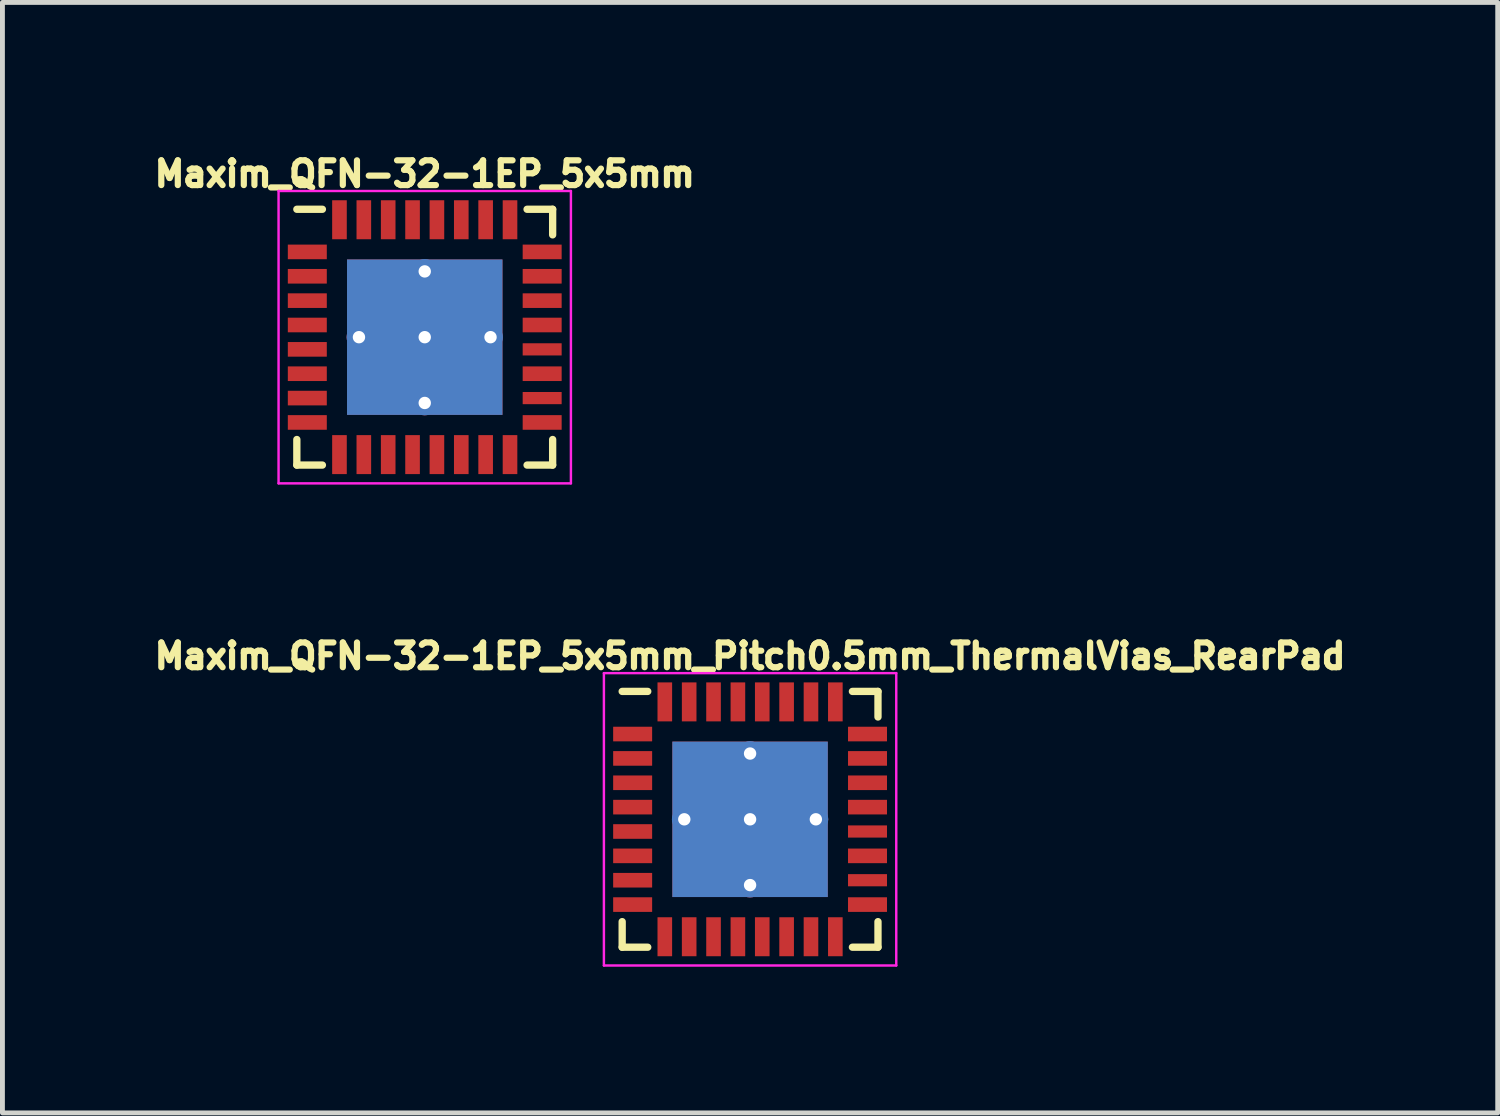
<source format=kicad_pcb>
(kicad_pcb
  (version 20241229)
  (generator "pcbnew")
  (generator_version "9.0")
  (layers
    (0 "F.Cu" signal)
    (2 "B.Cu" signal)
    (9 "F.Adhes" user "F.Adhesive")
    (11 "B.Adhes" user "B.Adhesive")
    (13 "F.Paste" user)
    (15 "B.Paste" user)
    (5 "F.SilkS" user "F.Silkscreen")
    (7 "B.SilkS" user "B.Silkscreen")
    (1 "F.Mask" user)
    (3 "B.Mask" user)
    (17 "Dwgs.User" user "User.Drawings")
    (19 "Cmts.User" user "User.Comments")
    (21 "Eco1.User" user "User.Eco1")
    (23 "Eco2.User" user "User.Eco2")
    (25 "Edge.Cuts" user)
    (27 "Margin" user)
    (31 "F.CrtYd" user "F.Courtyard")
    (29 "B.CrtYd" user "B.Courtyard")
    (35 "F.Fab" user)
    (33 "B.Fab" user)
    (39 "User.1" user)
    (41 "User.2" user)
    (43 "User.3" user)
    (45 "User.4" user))
  (footprint "Maxim_QFN-32-1EP_5x5mm"
    (layer "F.Cu")
    (at 5.667 3.87)
    (property "Reference" "Maxim_QFN-32-1EP_5x5mm" (at 0 -3.35 0) (layer "F.SilkS") (effects (font (size 0.508 0.508) (thickness 0.127))))
    (attr smd)
    (fp_line (start -2.625 -2.625) (end -2.1 -2.625) (stroke (width 0.15) (type solid)) (layer "F.SilkS"))
    (fp_line (start -2.625 2.625) (end -2.625 2.1) (stroke (width 0.15) (type solid)) (layer "F.SilkS"))
    (fp_line (start -2.625 2.625) (end -2.1 2.625) (stroke (width 0.15) (type solid)) (layer "F.SilkS"))
    (fp_line (start 2.625 -2.625) (end 2.1 -2.625) (stroke (width 0.15) (type solid)) (layer "F.SilkS"))
    (fp_line (start 2.625 -2.625) (end 2.625 -2.1) (stroke (width 0.15) (type solid)) (layer "F.SilkS"))
    (fp_line (start 2.625 2.625) (end 2.1 2.625) (stroke (width 0.15) (type solid)) (layer "F.SilkS"))
    (fp_line (start 2.625 2.625) (end 2.625 2.1) (stroke (width 0.15) (type solid)) (layer "F.SilkS"))
    (fp_line (start -3 -3) (end -3 3) (stroke (width 0.05) (type solid)) (layer "F.CrtYd"))
    (fp_line (start -3 -3) (end 3 -3) (stroke (width 0.05) (type solid)) (layer "F.CrtYd"))
    (fp_line (start -3 3) (end 3 3) (stroke (width 0.05) (type solid)) (layer "F.CrtYd"))
    (fp_line (start 3 -3) (end 3 3) (stroke (width 0.05) (type solid)) (layer "F.CrtYd"))
    (pad "" smd rect (at -0.797 -0.797) (size 1.595 1.595) (layers "F.Paste"))
    (pad "" smd rect (at -0.797 0.797) (size 1.595 1.595) (layers "F.Paste"))
    (pad "" smd rect (at 0.797 -0.797) (size 1.595 1.595) (layers "F.Paste"))
    (pad "" smd rect (at 0.797 0.797) (size 1.595 1.595) (layers "F.Paste"))
    (pad "1" smd rect (at -2.41 -1.75) (size 0.8 0.3) (layers "F.Cu" "F.Mask" "F.Paste"))
    (pad "2" smd rect (at -2.41 -1.25) (size 0.8 0.3) (layers "F.Cu" "F.Mask" "F.Paste"))
    (pad "3" smd rect (at -2.41 -0.75) (size 0.8 0.3) (layers "F.Cu" "F.Mask" "F.Paste"))
    (pad "4" smd rect (at -2.41 -0.25) (size 0.8 0.3) (layers "F.Cu" "F.Mask" "F.Paste"))
    (pad "5" smd rect (at -2.41 0.25) (size 0.8 0.3) (layers "F.Cu" "F.Mask" "F.Paste"))
    (pad "6" smd rect (at -2.41 0.75) (size 0.8 0.3) (layers "F.Cu" "F.Mask" "F.Paste"))
    (pad "7" smd rect (at -2.41 1.25) (size 0.8 0.3) (layers "F.Cu" "F.Mask" "F.Paste"))
    (pad "8" smd rect (at -2.41 1.75) (size 0.8 0.3) (layers "F.Cu" "F.Mask" "F.Paste"))
    (pad "9" smd rect (at -1.75 2.41 90) (size 0.8 0.3) (layers "F.Cu" "F.Mask" "F.Paste"))
    (pad "10" smd rect (at -1.25 2.41 90) (size 0.8 0.3) (layers "F.Cu" "F.Mask" "F.Paste"))
    (pad "11" smd rect (at -0.75 2.41 90) (size 0.8 0.3) (layers "F.Cu" "F.Mask" "F.Paste"))
    (pad "12" smd rect (at -0.25 2.41 90) (size 0.8 0.3) (layers "F.Cu" "F.Mask" "F.Paste"))
    (pad "13" smd rect (at 0.25 2.41 90) (size 0.8 0.3) (layers "F.Cu" "F.Mask" "F.Paste"))
    (pad "14" smd rect (at 0.75 2.41 90) (size 0.8 0.3) (layers "F.Cu" "F.Mask" "F.Paste"))
    (pad "15" smd rect (at 1.25 2.41 90) (size 0.8 0.3) (layers "F.Cu" "F.Mask" "F.Paste"))
    (pad "16" smd rect (at 1.75 2.41 90) (size 0.8 0.3) (layers "F.Cu" "F.Mask" "F.Paste"))
    (pad "17" smd rect (at 2.41 1.75) (size 0.8 0.3) (layers "F.Cu" "F.Mask" "F.Paste"))
    (pad "18" smd rect (at 2.41 1.25) (size 0.8 0.25) (layers "F.Cu" "F.Mask" "F.Paste"))
    (pad "19" smd rect (at 2.41 0.75) (size 0.8 0.3) (layers "F.Cu" "F.Mask" "F.Paste"))
    (pad "20" smd rect (at 2.41 0.25) (size 0.8 0.25) (layers "F.Cu" "F.Mask" "F.Paste"))
    (pad "21" smd rect (at 2.41 -0.25) (size 0.8 0.3) (layers "F.Cu" "F.Mask" "F.Paste"))
    (pad "22" smd rect (at 2.41 -0.75) (size 0.8 0.3) (layers "F.Cu" "F.Mask" "F.Paste"))
    (pad "23" smd rect (at 2.41 -1.25) (size 0.8 0.3) (layers "F.Cu" "F.Mask" "F.Paste"))
    (pad "24" smd rect (at 2.41 -1.75) (size 0.8 0.3) (layers "F.Cu" "F.Mask" "F.Paste"))
    (pad "25" smd rect (at 1.75 -2.41 90) (size 0.8 0.3) (layers "F.Cu" "F.Mask" "F.Paste"))
    (pad "26" smd rect (at 1.25 -2.41 90) (size 0.8 0.3) (layers "F.Cu" "F.Mask" "F.Paste"))
    (pad "27" smd rect (at 0.75 -2.41 90) (size 0.8 0.3) (layers "F.Cu" "F.Mask" "F.Paste"))
    (pad "28" smd rect (at 0.25 -2.41 90) (size 0.8 0.3) (layers "F.Cu" "F.Mask" "F.Paste"))
    (pad "29" smd rect (at -0.25 -2.41 90) (size 0.8 0.3) (layers "F.Cu" "F.Mask" "F.Paste"))
    (pad "30" smd rect (at -0.75 -2.41 90) (size 0.8 0.3) (layers "F.Cu" "F.Mask" "F.Paste"))
    (pad "31" smd rect (at -1.25 -2.41 90) (size 0.8 0.3) (layers "F.Cu" "F.Mask" "F.Paste"))
    (pad "32" smd rect (at -1.75 -2.41 90) (size 0.8 0.3) (layers "F.Cu" "F.Mask" "F.Paste"))
    (pad "33" thru_hole circle (at -1.35 0) (size 0.508 0.508) (drill 0.254) (layers "*.Cu"))
    (pad "33" thru_hole circle (at 0 -1.35) (size 0.508 0.508) (drill 0.254) (layers "*.Cu"))
    (pad "33" thru_hole circle (at 0 0) (size 0.508 0.508) (drill 0.254) (layers "*.Cu"))
    (pad "33" smd rect (at 0 0) (size 3.19 3.19) (layers "F.Cu" "F.Mask"))
    (pad "33" smd rect (at 0 0) (size 3.19 3.19) (layers "B.Cu" "B.Mask"))
    (pad "33" thru_hole circle (at 0 1.35) (size 0.508 0.508) (drill 0.254) (layers "*.Cu"))
    (pad "33" thru_hole circle (at 1.35 0) (size 0.508 0.508) (drill 0.254) (layers "*.Cu")))
  (footprint "Maxim_QFN-32-1EP_5x5mm_Pitch0.5mm_ThermalVias_RearPad"
    (layer "F.Cu")
    (at 12.344 13.765)
    (property "Reference" "Maxim_QFN-32-1EP_5x5mm_Pitch0.5mm_ThermalVias_RearPad" (at 0 -3.35 0) (layer "F.SilkS") (effects (font (size 0.508 0.508) (thickness 0.127))))
    (attr smd)
    (fp_line (start -2.625 -2.625) (end -2.1 -2.625) (stroke (width 0.15) (type solid)) (layer "F.SilkS"))
    (fp_line (start -2.625 2.625) (end -2.625 2.1) (stroke (width 0.15) (type solid)) (layer "F.SilkS"))
    (fp_line (start -2.625 2.625) (end -2.1 2.625) (stroke (width 0.15) (type solid)) (layer "F.SilkS"))
    (fp_line (start 2.625 -2.625) (end 2.1 -2.625) (stroke (width 0.15) (type solid)) (layer "F.SilkS"))
    (fp_line (start 2.625 -2.625) (end 2.625 -2.1) (stroke (width 0.15) (type solid)) (layer "F.SilkS"))
    (fp_line (start 2.625 2.625) (end 2.1 2.625) (stroke (width 0.15) (type solid)) (layer "F.SilkS"))
    (fp_line (start 2.625 2.625) (end 2.625 2.1) (stroke (width 0.15) (type solid)) (layer "F.SilkS"))
    (fp_line (start -3 -3) (end -3 3) (stroke (width 0.05) (type solid)) (layer "F.CrtYd"))
    (fp_line (start -3 -3) (end 3 -3) (stroke (width 0.05) (type solid)) (layer "F.CrtYd"))
    (fp_line (start -3 3) (end 3 3) (stroke (width 0.05) (type solid)) (layer "F.CrtYd"))
    (fp_line (start 3 -3) (end 3 3) (stroke (width 0.05) (type solid)) (layer "F.CrtYd"))
    (pad "" smd rect (at -0.797 -0.797) (size 1.595 1.595) (layers "F.Paste"))
    (pad "" smd rect (at -0.797 0.797) (size 1.595 1.595) (layers "F.Paste"))
    (pad "" smd rect (at 0.797 -0.797) (size 1.595 1.595) (layers "F.Paste"))
    (pad "" smd rect (at 0.797 0.797) (size 1.595 1.595) (layers "F.Paste"))
    (pad "1" smd rect (at -2.41 -1.75) (size 0.8 0.3) (layers "F.Cu" "F.Mask" "F.Paste"))
    (pad "2" smd rect (at -2.41 -1.25) (size 0.8 0.3) (layers "F.Cu" "F.Mask" "F.Paste"))
    (pad "3" smd rect (at -2.41 -0.75) (size 0.8 0.3) (layers "F.Cu" "F.Mask" "F.Paste"))
    (pad "4" smd rect (at -2.41 -0.25) (size 0.8 0.3) (layers "F.Cu" "F.Mask" "F.Paste"))
    (pad "5" smd rect (at -2.41 0.25) (size 0.8 0.3) (layers "F.Cu" "F.Mask" "F.Paste"))
    (pad "6" smd rect (at -2.41 0.75) (size 0.8 0.3) (layers "F.Cu" "F.Mask" "F.Paste"))
    (pad "7" smd rect (at -2.41 1.25) (size 0.8 0.3) (layers "F.Cu" "F.Mask" "F.Paste"))
    (pad "8" smd rect (at -2.41 1.75) (size 0.8 0.3) (layers "F.Cu" "F.Mask" "F.Paste"))
    (pad "9" smd rect (at -1.75 2.41 90) (size 0.8 0.3) (layers "F.Cu" "F.Mask" "F.Paste"))
    (pad "10" smd rect (at -1.25 2.41 90) (size 0.8 0.3) (layers "F.Cu" "F.Mask" "F.Paste"))
    (pad "11" smd rect (at -0.75 2.41 90) (size 0.8 0.3) (layers "F.Cu" "F.Mask" "F.Paste"))
    (pad "12" smd rect (at -0.25 2.41 90) (size 0.8 0.3) (layers "F.Cu" "F.Mask" "F.Paste"))
    (pad "13" smd rect (at 0.25 2.41 90) (size 0.8 0.3) (layers "F.Cu" "F.Mask" "F.Paste"))
    (pad "14" smd rect (at 0.75 2.41 90) (size 0.8 0.3) (layers "F.Cu" "F.Mask" "F.Paste"))
    (pad "15" smd rect (at 1.25 2.41 90) (size 0.8 0.3) (layers "F.Cu" "F.Mask" "F.Paste"))
    (pad "16" smd rect (at 1.75 2.41 90) (size 0.8 0.3) (layers "F.Cu" "F.Mask" "F.Paste"))
    (pad "17" smd rect (at 2.41 1.75) (size 0.8 0.3) (layers "F.Cu" "F.Mask" "F.Paste"))
    (pad "18" smd rect (at 2.41 1.25) (size 0.8 0.25) (layers "F.Cu" "F.Mask" "F.Paste"))
    (pad "19" smd rect (at 2.41 0.75) (size 0.8 0.3) (layers "F.Cu" "F.Mask" "F.Paste"))
    (pad "20" smd rect (at 2.41 0.25) (size 0.8 0.25) (layers "F.Cu" "F.Mask" "F.Paste"))
    (pad "21" smd rect (at 2.41 -0.25) (size 0.8 0.3) (layers "F.Cu" "F.Mask" "F.Paste"))
    (pad "22" smd rect (at 2.41 -0.75) (size 0.8 0.3) (layers "F.Cu" "F.Mask" "F.Paste"))
    (pad "23" smd rect (at 2.41 -1.25) (size 0.8 0.3) (layers "F.Cu" "F.Mask" "F.Paste"))
    (pad "24" smd rect (at 2.41 -1.75) (size 0.8 0.3) (layers "F.Cu" "F.Mask" "F.Paste"))
    (pad "25" smd rect (at 1.75 -2.41 90) (size 0.8 0.3) (layers "F.Cu" "F.Mask" "F.Paste"))
    (pad "26" smd rect (at 1.25 -2.41 90) (size 0.8 0.3) (layers "F.Cu" "F.Mask" "F.Paste"))
    (pad "27" smd rect (at 0.75 -2.41 90) (size 0.8 0.3) (layers "F.Cu" "F.Mask" "F.Paste"))
    (pad "28" smd rect (at 0.25 -2.41 90) (size 0.8 0.3) (layers "F.Cu" "F.Mask" "F.Paste"))
    (pad "29" smd rect (at -0.25 -2.41 90) (size 0.8 0.3) (layers "F.Cu" "F.Mask" "F.Paste"))
    (pad "30" smd rect (at -0.75 -2.41 90) (size 0.8 0.3) (layers "F.Cu" "F.Mask" "F.Paste"))
    (pad "31" smd rect (at -1.25 -2.41 90) (size 0.8 0.3) (layers "F.Cu" "F.Mask" "F.Paste"))
    (pad "32" smd rect (at -1.75 -2.41 90) (size 0.8 0.3) (layers "F.Cu" "F.Mask" "F.Paste"))
    (pad "33" thru_hole circle (at -1.35 0) (size 0.508 0.508) (drill 0.254) (layers "*.Cu"))
    (pad "33" thru_hole circle (at 0 -1.35) (size 0.508 0.508) (drill 0.254) (layers "*.Cu"))
    (pad "33" thru_hole circle (at 0 0) (size 0.508 0.508) (drill 0.254) (layers "*.Cu"))
    (pad "33" smd rect (at 0 0) (size 3.19 3.19) (layers "F.Cu" "F.Mask"))
    (pad "33" smd rect (at 0 0) (size 3.19 3.19) (layers "B.Cu" "B.Mask"))
    (pad "33" thru_hole circle (at 0 1.35) (size 0.508 0.508) (drill 0.254) (layers "*.Cu"))
    (pad "33" thru_hole circle (at 1.35 0) (size 0.508 0.508) (drill 0.254) (layers "*.Cu")))
  (gr_rect
    (start -3 -3)
    (end 27.688 19.79)
    (stroke (width 0.1) (type default))
    (fill no)
    (layer "Edge.Cuts")))
</source>
